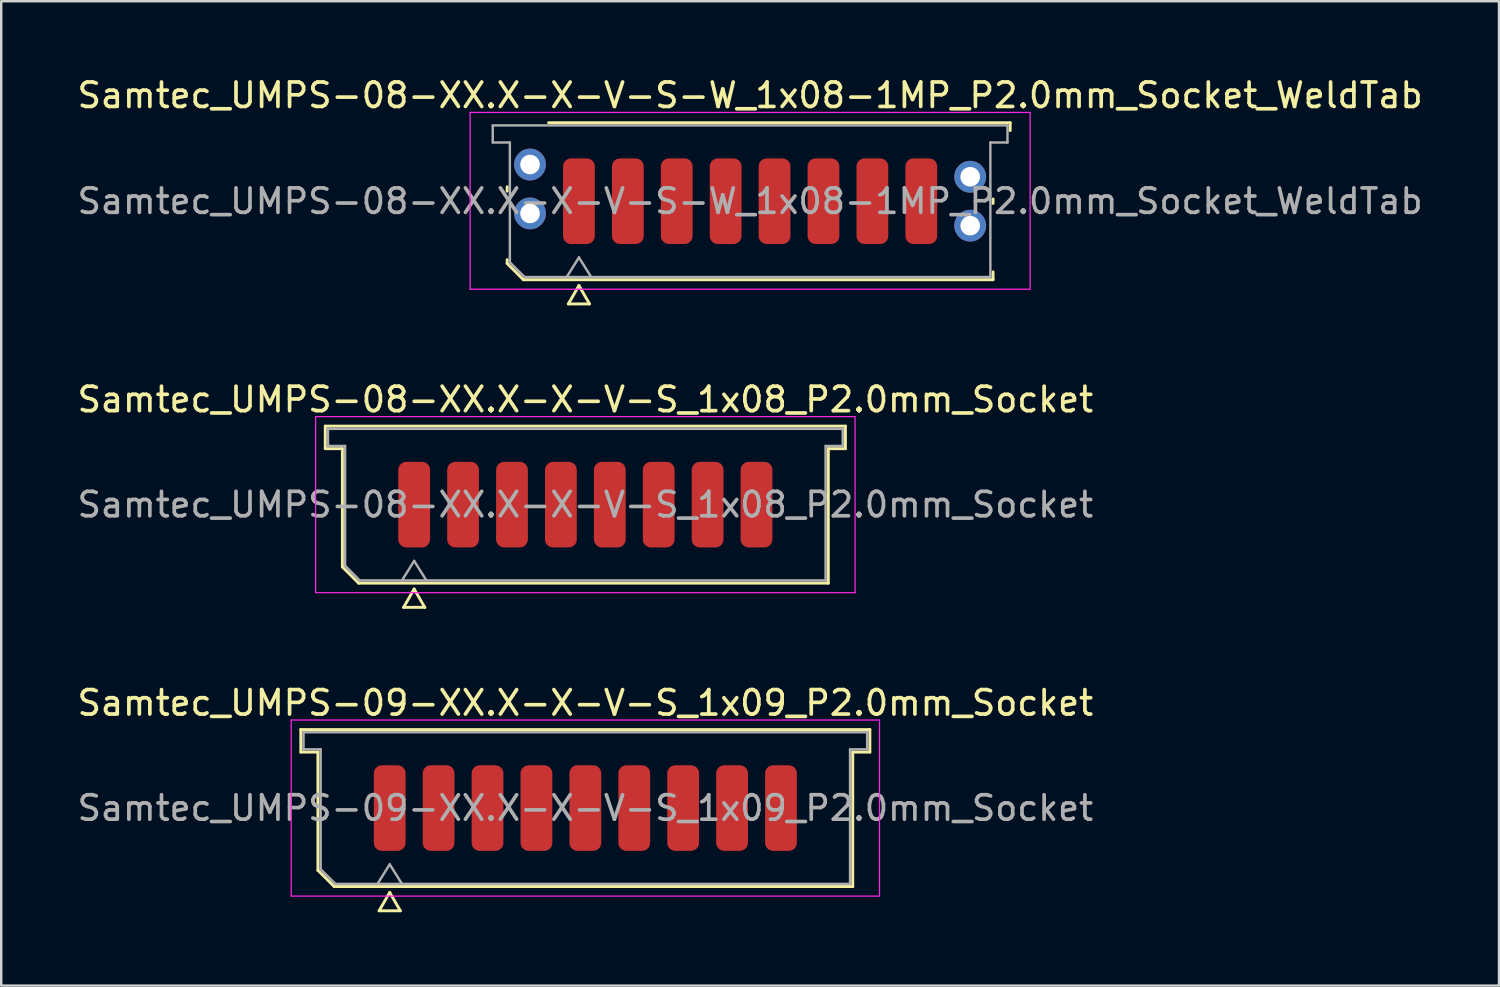
<source format=kicad_pcb>
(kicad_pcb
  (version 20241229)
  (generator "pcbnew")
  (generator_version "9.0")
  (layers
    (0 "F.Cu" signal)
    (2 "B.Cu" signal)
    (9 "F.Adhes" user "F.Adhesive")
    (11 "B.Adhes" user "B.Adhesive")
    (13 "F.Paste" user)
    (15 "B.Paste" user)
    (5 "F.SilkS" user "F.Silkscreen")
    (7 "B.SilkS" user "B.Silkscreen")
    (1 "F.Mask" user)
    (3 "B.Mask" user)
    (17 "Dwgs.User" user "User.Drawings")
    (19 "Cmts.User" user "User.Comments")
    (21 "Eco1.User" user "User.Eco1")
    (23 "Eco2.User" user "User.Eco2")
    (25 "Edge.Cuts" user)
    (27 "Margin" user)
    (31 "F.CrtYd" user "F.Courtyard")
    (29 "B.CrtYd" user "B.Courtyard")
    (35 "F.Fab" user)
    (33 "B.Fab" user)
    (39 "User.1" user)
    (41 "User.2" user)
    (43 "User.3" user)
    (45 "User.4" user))
  (footprint "Samtec_UMPS-08-XX.X-X-V-S_1x08_P2.0mm_Socket"
    (layer "F.Cu")
    (at 20.887 17.587)
    (property "Reference" "Samtec_UMPS-08-XX.X-X-V-S_1x08_P2.0mm_Socket" (at 0 -4.3 0) (layer "F.SilkS") (effects (font (size 1 1) (thickness 0.15))))
    (attr smd)
    (fp_line (start -10.635 -3.21) (end 10.635 -3.21) (stroke (width 0.12) (type solid)) (layer "F.SilkS"))
    (fp_line (start -10.635 -2.29) (end -10.635 -3.21) (stroke (width 0.12) (type solid)) (layer "F.SilkS"))
    (fp_line (start -9.935 -2.29) (end -10.635 -2.29) (stroke (width 0.12) (type solid)) (layer "F.SilkS"))
    (fp_line (start -9.935 2.546) (end -9.935 -2.29) (stroke (width 0.12) (type solid)) (layer "F.SilkS"))
    (fp_line (start -9.271 3.21) (end -9.935 2.546) (stroke (width 0.12) (type solid)) (layer "F.SilkS"))
    (fp_line (start -7.433 4.2) (end -7 3.45) (stroke (width 0.12) (type solid)) (layer "F.SilkS"))
    (fp_line (start -7 3.45) (end -6.567 4.2) (stroke (width 0.12) (type solid)) (layer "F.SilkS"))
    (fp_line (start -6.567 4.2) (end -7.433 4.2) (stroke (width 0.12) (type solid)) (layer "F.SilkS"))
    (fp_line (start 9.935 -2.29) (end 9.935 3.21) (stroke (width 0.12) (type solid)) (layer "F.SilkS"))
    (fp_line (start 9.935 3.21) (end -9.271 3.21) (stroke (width 0.12) (type solid)) (layer "F.SilkS"))
    (fp_line (start 10.635 -3.21) (end 10.635 -2.29) (stroke (width 0.12) (type solid)) (layer "F.SilkS"))
    (fp_line (start 10.635 -2.29) (end 9.935 -2.29) (stroke (width 0.12) (type solid)) (layer "F.SilkS"))
    (fp_line (start -11.03 -3.6) (end -11.03 3.6) (stroke (width 0.05) (type solid)) (layer "F.CrtYd"))
    (fp_line (start -11.03 3.6) (end 11.03 3.6) (stroke (width 0.05) (type solid)) (layer "F.CrtYd"))
    (fp_line (start 11.03 -3.6) (end -11.03 -3.6) (stroke (width 0.05) (type solid)) (layer "F.CrtYd"))
    (fp_line (start 11.03 3.6) (end 11.03 -3.6) (stroke (width 0.05) (type solid)) (layer "F.CrtYd"))
    (fp_line (start -10.525 -3.1) (end 10.525 -3.1) (stroke (width 0.1) (type solid)) (layer "F.Fab"))
    (fp_line (start -10.525 -2.4) (end -10.525 -3.1) (stroke (width 0.1) (type solid)) (layer "F.Fab"))
    (fp_line (start -9.825 -2.4) (end -10.525 -2.4) (stroke (width 0.1) (type solid)) (layer "F.Fab"))
    (fp_line (start -9.825 2.5) (end -9.825 -2.4) (stroke (width 0.1) (type solid)) (layer "F.Fab"))
    (fp_line (start -9.225 3.1) (end -9.825 2.5) (stroke (width 0.1) (type solid)) (layer "F.Fab"))
    (fp_line (start -7.5 3.1) (end -7 2.3) (stroke (width 0.1) (type solid)) (layer "F.Fab"))
    (fp_line (start -7 2.3) (end -6.5 3.1) (stroke (width 0.1) (type solid)) (layer "F.Fab"))
    (fp_line (start 9.825 -2.4) (end 9.825 3.1) (stroke (width 0.1) (type solid)) (layer "F.Fab"))
    (fp_line (start 9.825 3.1) (end -9.225 3.1) (stroke (width 0.1) (type solid)) (layer "F.Fab"))
    (fp_line (start 10.525 -3.1) (end 10.525 -2.4) (stroke (width 0.1) (type solid)) (layer "F.Fab"))
    (fp_line (start 10.525 -2.4) (end 9.825 -2.4) (stroke (width 0.1) (type solid)) (layer "F.Fab"))
    (fp_text user "${REFERENCE}" (at 0 0 0) (layer "F.Fab") (effects (font (size 1 1) (thickness 0.15))))
    (pad "1" smd roundrect (at -7 0) (size 1.3 3.5) (layers "F.Cu" "F.Mask" "F.Paste") (roundrect_rratio 0.25))
    (pad "2" smd roundrect (at -5 0) (size 1.3 3.5) (layers "F.Cu" "F.Mask" "F.Paste") (roundrect_rratio 0.25))
    (pad "3" smd roundrect (at -3 0) (size 1.3 3.5) (layers "F.Cu" "F.Mask" "F.Paste") (roundrect_rratio 0.25))
    (pad "4" smd roundrect (at -1 0) (size 1.3 3.5) (layers "F.Cu" "F.Mask" "F.Paste") (roundrect_rratio 0.25))
    (pad "5" smd roundrect (at 1 0) (size 1.3 3.5) (layers "F.Cu" "F.Mask" "F.Paste") (roundrect_rratio 0.25))
    (pad "6" smd roundrect (at 3 0) (size 1.3 3.5) (layers "F.Cu" "F.Mask" "F.Paste") (roundrect_rratio 0.25))
    (pad "7" smd roundrect (at 5 0) (size 1.3 3.5) (layers "F.Cu" "F.Mask" "F.Paste") (roundrect_rratio 0.25))
    (pad "8" smd roundrect (at 7 0) (size 1.3 3.5) (layers "F.Cu" "F.Mask" "F.Paste") (roundrect_rratio 0.25)))
  (footprint "Samtec_UMPS-09-XX.X-X-V-S_1x09_P2.0mm_Socket"
    (layer "F.Cu")
    (at 20.887 29.995)
    (property "Reference" "Samtec_UMPS-09-XX.X-X-V-S_1x09_P2.0mm_Socket" (at 0 -4.3 0) (layer "F.SilkS") (effects (font (size 1 1) (thickness 0.15))))
    (attr smd)
    (fp_line (start -11.635 -3.21) (end 11.635 -3.21) (stroke (width 0.12) (type solid)) (layer "F.SilkS"))
    (fp_line (start -11.635 -2.29) (end -11.635 -3.21) (stroke (width 0.12) (type solid)) (layer "F.SilkS"))
    (fp_line (start -10.935 -2.29) (end -11.635 -2.29) (stroke (width 0.12) (type solid)) (layer "F.SilkS"))
    (fp_line (start -10.935 2.546) (end -10.935 -2.29) (stroke (width 0.12) (type solid)) (layer "F.SilkS"))
    (fp_line (start -10.271 3.21) (end -10.935 2.546) (stroke (width 0.12) (type solid)) (layer "F.SilkS"))
    (fp_line (start -8.433 4.2) (end -8 3.45) (stroke (width 0.12) (type solid)) (layer "F.SilkS"))
    (fp_line (start -8 3.45) (end -7.567 4.2) (stroke (width 0.12) (type solid)) (layer "F.SilkS"))
    (fp_line (start -7.567 4.2) (end -8.433 4.2) (stroke (width 0.12) (type solid)) (layer "F.SilkS"))
    (fp_line (start 10.935 -2.29) (end 10.935 3.21) (stroke (width 0.12) (type solid)) (layer "F.SilkS"))
    (fp_line (start 10.935 3.21) (end -10.271 3.21) (stroke (width 0.12) (type solid)) (layer "F.SilkS"))
    (fp_line (start 11.635 -3.21) (end 11.635 -2.29) (stroke (width 0.12) (type solid)) (layer "F.SilkS"))
    (fp_line (start 11.635 -2.29) (end 10.935 -2.29) (stroke (width 0.12) (type solid)) (layer "F.SilkS"))
    (fp_line (start -12.03 -3.6) (end -12.03 3.6) (stroke (width 0.05) (type solid)) (layer "F.CrtYd"))
    (fp_line (start -12.03 3.6) (end 12.03 3.6) (stroke (width 0.05) (type solid)) (layer "F.CrtYd"))
    (fp_line (start 12.03 -3.6) (end -12.03 -3.6) (stroke (width 0.05) (type solid)) (layer "F.CrtYd"))
    (fp_line (start 12.03 3.6) (end 12.03 -3.6) (stroke (width 0.05) (type solid)) (layer "F.CrtYd"))
    (fp_line (start -11.525 -3.1) (end 11.525 -3.1) (stroke (width 0.1) (type solid)) (layer "F.Fab"))
    (fp_line (start -11.525 -2.4) (end -11.525 -3.1) (stroke (width 0.1) (type solid)) (layer "F.Fab"))
    (fp_line (start -10.825 -2.4) (end -11.525 -2.4) (stroke (width 0.1) (type solid)) (layer "F.Fab"))
    (fp_line (start -10.825 2.5) (end -10.825 -2.4) (stroke (width 0.1) (type solid)) (layer "F.Fab"))
    (fp_line (start -10.225 3.1) (end -10.825 2.5) (stroke (width 0.1) (type solid)) (layer "F.Fab"))
    (fp_line (start -8.5 3.1) (end -8 2.3) (stroke (width 0.1) (type solid)) (layer "F.Fab"))
    (fp_line (start -8 2.3) (end -7.5 3.1) (stroke (width 0.1) (type solid)) (layer "F.Fab"))
    (fp_line (start 10.825 -2.4) (end 10.825 3.1) (stroke (width 0.1) (type solid)) (layer "F.Fab"))
    (fp_line (start 10.825 3.1) (end -10.225 3.1) (stroke (width 0.1) (type solid)) (layer "F.Fab"))
    (fp_line (start 11.525 -3.1) (end 11.525 -2.4) (stroke (width 0.1) (type solid)) (layer "F.Fab"))
    (fp_line (start 11.525 -2.4) (end 10.825 -2.4) (stroke (width 0.1) (type solid)) (layer "F.Fab"))
    (fp_text user "${REFERENCE}" (at 0 0 0) (layer "F.Fab") (effects (font (size 1 1) (thickness 0.15))))
    (pad "1" smd roundrect (at -8 0) (size 1.3 3.5) (layers "F.Cu" "F.Mask" "F.Paste") (roundrect_rratio 0.25))
    (pad "2" smd roundrect (at -6 0) (size 1.3 3.5) (layers "F.Cu" "F.Mask" "F.Paste") (roundrect_rratio 0.25))
    (pad "3" smd roundrect (at -4 0) (size 1.3 3.5) (layers "F.Cu" "F.Mask" "F.Paste") (roundrect_rratio 0.25))
    (pad "4" smd roundrect (at -2 0) (size 1.3 3.5) (layers "F.Cu" "F.Mask" "F.Paste") (roundrect_rratio 0.25))
    (pad "5" smd roundrect (at 0 0) (size 1.3 3.5) (layers "F.Cu" "F.Mask" "F.Paste") (roundrect_rratio 0.25))
    (pad "6" smd roundrect (at 2 0) (size 1.3 3.5) (layers "F.Cu" "F.Mask" "F.Paste") (roundrect_rratio 0.25))
    (pad "7" smd roundrect (at 4 0) (size 1.3 3.5) (layers "F.Cu" "F.Mask" "F.Paste") (roundrect_rratio 0.25))
    (pad "8" smd roundrect (at 6 0) (size 1.3 3.5) (layers "F.Cu" "F.Mask" "F.Paste") (roundrect_rratio 0.25))
    (pad "9" smd roundrect (at 8 0) (size 1.3 3.5) (layers "F.Cu" "F.Mask" "F.Paste") (roundrect_rratio 0.25)))
  (footprint "Samtec_UMPS-08-XX.X-X-V-S-W_1x08-1MP_P2.0mm_Socket_WeldTab"
    (layer "F.Cu")
    (at 27.625 5.178)
    (property "Reference" "Samtec_UMPS-08-XX.X-X-V-S-W_1x08-1MP_P2.0mm_Socket_WeldTab" (at 0 -4.33 0) (layer "F.SilkS") (effects (font (size 1 1) (thickness 0.15))))
    (attr smd)
    (fp_line (start -9.935 -0.41) (end -9.935 -0.59) (stroke (width 0.12) (type solid)) (layer "F.SilkS"))
    (fp_line (start -9.935 2.546) (end -9.935 2.39) (stroke (width 0.12) (type solid)) (layer "F.SilkS"))
    (fp_line (start -9.271 3.21) (end -9.935 2.546) (stroke (width 0.12) (type solid)) (layer "F.SilkS"))
    (fp_line (start -8.24 -3.21) (end 10.635 -3.21) (stroke (width 0.12) (type solid)) (layer "F.SilkS"))
    (fp_line (start -7.433 4.2) (end -7 3.45) (stroke (width 0.12) (type solid)) (layer "F.SilkS"))
    (fp_line (start -7 3.45) (end -6.567 4.2) (stroke (width 0.12) (type solid)) (layer "F.SilkS"))
    (fp_line (start -6.567 4.2) (end -7.433 4.2) (stroke (width 0.12) (type solid)) (layer "F.SilkS"))
    (fp_line (start 9.935 -0.09) (end 9.935 0.09) (stroke (width 0.12) (type solid)) (layer "F.SilkS"))
    (fp_line (start 9.935 2.89) (end 9.935 3.21) (stroke (width 0.12) (type solid)) (layer "F.SilkS"))
    (fp_line (start 9.935 3.21) (end -9.271 3.21) (stroke (width 0.12) (type solid)) (layer "F.SilkS"))
    (fp_line (start 10.635 -3.21) (end 10.635 -2.89) (stroke (width 0.12) (type solid)) (layer "F.SilkS"))
    (fp_line (start -11.45 -3.63) (end -11.45 3.6) (stroke (width 0.05) (type solid)) (layer "F.CrtYd"))
    (fp_line (start -11.45 3.6) (end 11.45 3.6) (stroke (width 0.05) (type solid)) (layer "F.CrtYd"))
    (fp_line (start 11.45 -3.63) (end -11.45 -3.63) (stroke (width 0.05) (type solid)) (layer "F.CrtYd"))
    (fp_line (start 11.45 3.6) (end 11.45 -3.63) (stroke (width 0.05) (type solid)) (layer "F.CrtYd"))
    (fp_line (start -10.525 -3.1) (end 10.525 -3.1) (stroke (width 0.1) (type solid)) (layer "F.Fab"))
    (fp_line (start -10.525 -2.4) (end -10.525 -3.1) (stroke (width 0.1) (type solid)) (layer "F.Fab"))
    (fp_line (start -9.825 -2.4) (end -10.525 -2.4) (stroke (width 0.1) (type solid)) (layer "F.Fab"))
    (fp_line (start -9.825 2.5) (end -9.825 -2.4) (stroke (width 0.1) (type solid)) (layer "F.Fab"))
    (fp_line (start -9.225 3.1) (end -9.825 2.5) (stroke (width 0.1) (type solid)) (layer "F.Fab"))
    (fp_line (start -7.5 3.1) (end -7 2.3) (stroke (width 0.1) (type solid)) (layer "F.Fab"))
    (fp_line (start -7 2.3) (end -6.5 3.1) (stroke (width 0.1) (type solid)) (layer "F.Fab"))
    (fp_line (start 9.825 -2.4) (end 9.825 3.1) (stroke (width 0.1) (type solid)) (layer "F.Fab"))
    (fp_line (start 9.825 3.1) (end -9.225 3.1) (stroke (width 0.1) (type solid)) (layer "F.Fab"))
    (fp_line (start 10.525 -3.1) (end 10.525 -2.4) (stroke (width 0.1) (type solid)) (layer "F.Fab"))
    (fp_line (start 10.525 -2.4) (end 9.825 -2.4) (stroke (width 0.1) (type solid)) (layer "F.Fab"))
    (fp_text user "${REFERENCE}" (at 0 0 0) (layer "F.Fab") (effects (font (size 1 1) (thickness 0.15))))
    (pad "" smd rect (at -9.725 -1.99) (size 2.45 2.28) (layers "F.Paste"))
    (pad "" smd rect (at -9.725 0.99) (size 2.45 2.28) (layers "F.Paste"))
    (pad "" smd rect (at 9.725 -1.49) (size 2.45 2.28) (layers "F.Paste"))
    (pad "" smd rect (at 9.725 1.49) (size 2.45 2.28) (layers "F.Paste"))
    (pad "1" smd roundrect (at -7 0) (size 1.3 3.5) (layers "F.Cu" "F.Mask" "F.Paste") (roundrect_rratio 0.25))
    (pad "2" smd roundrect (at -5 0) (size 1.3 3.5) (layers "F.Cu" "F.Mask" "F.Paste") (roundrect_rratio 0.25))
    (pad "3" smd roundrect (at -3 0) (size 1.3 3.5) (layers "F.Cu" "F.Mask" "F.Paste") (roundrect_rratio 0.25))
    (pad "4" smd roundrect (at -1 0) (size 1.3 3.5) (layers "F.Cu" "F.Mask" "F.Paste") (roundrect_rratio 0.25))
    (pad "5" smd roundrect (at 1 0) (size 1.3 3.5) (layers "F.Cu" "F.Mask" "F.Paste") (roundrect_rratio 0.25))
    (pad "6" smd roundrect (at 3 0) (size 1.3 3.5) (layers "F.Cu" "F.Mask" "F.Paste") (roundrect_rratio 0.25))
    (pad "7" smd roundrect (at 5 0) (size 1.3 3.5) (layers "F.Cu" "F.Mask" "F.Paste") (roundrect_rratio 0.25))
    (pad "8" smd roundrect (at 7 0) (size 1.3 3.5) (layers "F.Cu" "F.Mask" "F.Paste") (roundrect_rratio 0.25))
    (pad "MP" thru_hole circle (at -9 -1.5) (size 1.3 1.3) (drill 0.8) (layers "*.Cu" "*.Mask"))
    (pad "MP" thru_hole circle (at -9 0.5) (size 1.3 1.3) (drill 0.8) (layers "*.Cu" "*.Mask"))
    (pad "MP" thru_hole circle (at 9 -1) (size 1.3 1.3) (drill 0.8) (layers "*.Cu" "*.Mask"))
    (pad "MP" thru_hole circle (at 9 1) (size 1.3 1.3) (drill 0.8) (layers "*.Cu" "*.Mask")))
  (gr_rect
    (start -3 -3)
    (end 58.25 37.255)
    (stroke (width 0.1) (type default))
    (fill no)
    (layer "Edge.Cuts")))
</source>
